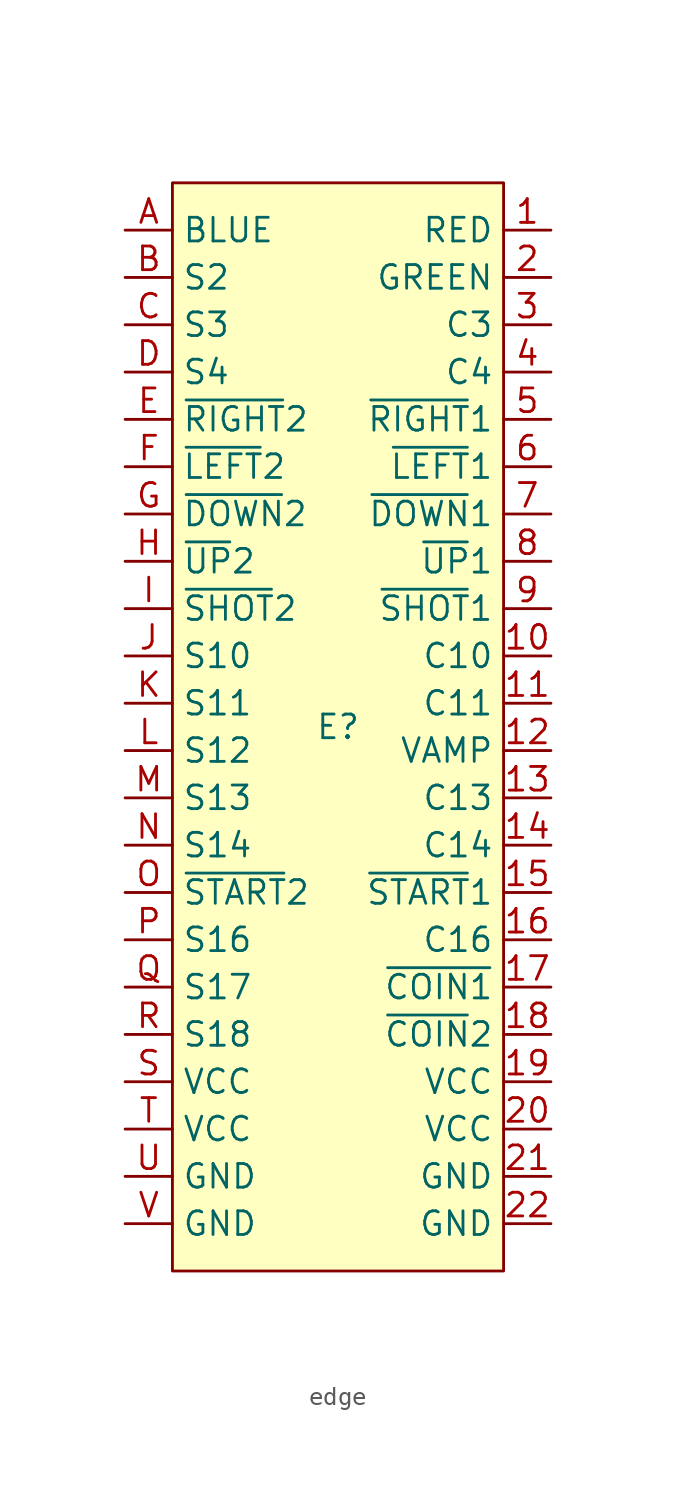
<source format=kicad_sym>
(kicad_symbol_lib
  (version 20231120)
  (generator "kicad_symbol_editor")
  (generator_version "8.0")
  (symbol "edge"
    (property "Reference" "E"
      (at 0 0 0)
      (effects (font (size 1.27 1.27))))
    (property "Value" ""
      (at 1.27 26.67 0)
      (effects (font (size 1.27 1.27))))
    (symbol "edge_1_1"
      (rectangle (start -8.89 29.21) (end 8.89 -29.21) (stroke (width 0) (type default)) (fill (type background)))
      (pin input line (at 11.43 26.67 180) (length 2.54) (name "RED" (effects (font (size 1.27 1.27)))) (number "1" (effects (font (size 1.27 1.27)))))
      (pin passive line (at 11.43 3.81 180) (length 2.54) (name "C10" (effects (font (size 1.27 1.27)))) (number "10" (effects (font (size 1.27 1.27)))))
      (pin passive line (at 11.43 1.27 180) (length 2.54) (name "C11" (effects (font (size 1.27 1.27)))) (number "11" (effects (font (size 1.27 1.27)))))
      (pin power_out line (at 11.43 -1.27 180) (length 2.54) (name "VAMP" (effects (font (size 1.27 1.27)))) (number "12" (effects (font (size 1.27 1.27)))))
      (pin passive line (at 11.43 -3.81 180) (length 2.54) (name "C13" (effects (font (size 1.27 1.27)))) (number "13" (effects (font (size 1.27 1.27)))))
      (pin passive line (at 11.43 -6.35 180) (length 2.54) (name "C14" (effects (font (size 1.27 1.27)))) (number "14" (effects (font (size 1.27 1.27)))))
      (pin output line (at 11.43 -8.89 180) (length 2.54) (name "~{START}1" (effects (font (size 1.27 1.27)))) (number "15" (effects (font (size 1.27 1.27)))))
      (pin passive line (at 11.43 -11.43 180) (length 2.54) (name "C16" (effects (font (size 1.27 1.27)))) (number "16" (effects (font (size 1.27 1.27)))))
      (pin output line (at 11.43 -13.97 180) (length 2.54) (name "~{COIN1}" (effects (font (size 1.27 1.27)))) (number "17" (effects (font (size 1.27 1.27)))))
      (pin output line (at 11.43 -16.51 180) (length 2.54) (name "~{COIN}2" (effects (font (size 1.27 1.27)))) (number "18" (effects (font (size 1.27 1.27)))))
      (pin passive line (at 11.43 -19.05 180) (length 2.54) (name "VCC" (effects (font (size 1.27 1.27)))) (number "19" (effects (font (size 1.27 1.27)))))
      (pin input line (at 11.43 24.13 180) (length 2.54) (name "GREEN" (effects (font (size 1.27 1.27)))) (number "2" (effects (font (size 1.27 1.27)))))
      (pin power_out line (at 11.43 -21.59 180) (length 2.54) (name "VCC" (effects (font (size 1.27 1.27)))) (number "20" (effects (font (size 1.27 1.27)))))
      (pin passive line (at 11.43 -24.13 180) (length 2.54) (name "GND" (effects (font (size 1.27 1.27)))) (number "21" (effects (font (size 1.27 1.27)))))
      (pin power_out line (at 11.43 -26.67 180) (length 2.54) (name "GND" (effects (font (size 1.27 1.27)))) (number "22" (effects (font (size 1.27 1.27)))))
      (pin passive line (at 11.43 21.59 180) (length 2.54) (name "C3" (effects (font (size 1.27 1.27)))) (number "3" (effects (font (size 1.27 1.27)))))
      (pin passive line (at 11.43 19.05 180) (length 2.54) (name "C4" (effects (font (size 1.27 1.27)))) (number "4" (effects (font (size 1.27 1.27)))))
      (pin output line (at 11.43 16.51 180) (length 2.54) (name "~{RIGHT}1" (effects (font (size 1.27 1.27)))) (number "5" (effects (font (size 1.27 1.27)))))
      (pin output line (at 11.43 13.97 180) (length 2.54) (name "~{LEFT}1" (effects (font (size 1.27 1.27)))) (number "6" (effects (font (size 1.27 1.27)))))
      (pin output line (at 11.43 11.43 180) (length 2.54) (name "~{DOWN}1" (effects (font (size 1.27 1.27)))) (number "7" (effects (font (size 1.27 1.27)))))
      (pin output line (at 11.43 8.89 180) (length 2.54) (name "~{UP}1" (effects (font (size 1.27 1.27)))) (number "8" (effects (font (size 1.27 1.27)))))
      (pin output line (at 11.43 6.35 180) (length 2.54) (name "~{SHOT}1" (effects (font (size 1.27 1.27)))) (number "9" (effects (font (size 1.27 1.27)))))
      (pin input line (at -11.43 26.67 0) (length 2.54) (name "BLUE" (effects (font (size 1.27 1.27)))) (number "A" (effects (font (size 1.27 1.27)))))
      (pin passive line (at -11.43 24.13 0) (length 2.54) (name "S2" (effects (font (size 1.27 1.27)))) (number "B" (effects (font (size 1.27 1.27)))))
      (pin passive line (at -11.43 21.59 0) (length 2.54) (name "S3" (effects (font (size 1.27 1.27)))) (number "C" (effects (font (size 1.27 1.27)))))
      (pin passive line (at -11.43 19.05 0) (length 2.54) (name "S4" (effects (font (size 1.27 1.27)))) (number "D" (effects (font (size 1.27 1.27)))))
      (pin output line (at -11.43 16.51 0) (length 2.54) (name "~{RIGHT}2" (effects (font (size 1.27 1.27)))) (number "E" (effects (font (size 1.27 1.27)))))
      (pin output line (at -11.43 13.97 0) (length 2.54) (name "~{LEFT}2" (effects (font (size 1.27 1.27)))) (number "F" (effects (font (size 1.27 1.27)))))
      (pin output line (at -11.43 11.43 0) (length 2.54) (name "~{DOWN}2" (effects (font (size 1.27 1.27)))) (number "G" (effects (font (size 1.27 1.27)))))
      (pin output line (at -11.43 8.89 0) (length 2.54) (name "~{UP}2" (effects (font (size 1.27 1.27)))) (number "H" (effects (font (size 1.27 1.27)))))
      (pin output line (at -11.43 6.35 0) (length 2.54) (name "~{SHOT}2" (effects (font (size 1.27 1.27)))) (number "I" (effects (font (size 1.27 1.27)))))
      (pin passive line (at -11.43 3.81 0) (length 2.54) (name "S10" (effects (font (size 1.27 1.27)))) (number "J" (effects (font (size 1.27 1.27)))))
      (pin passive line (at -11.43 1.27 0) (length 2.54) (name "S11" (effects (font (size 1.27 1.27)))) (number "K" (effects (font (size 1.27 1.27)))))
      (pin passive line (at -11.43 -1.27 0) (length 2.54) (name "S12" (effects (font (size 1.27 1.27)))) (number "L" (effects (font (size 1.27 1.27)))))
      (pin passive line (at -11.43 -3.81 0) (length 2.54) (name "S13" (effects (font (size 1.27 1.27)))) (number "M" (effects (font (size 1.27 1.27)))))
      (pin passive line (at -11.43 -6.35 0) (length 2.54) (name "S14" (effects (font (size 1.27 1.27)))) (number "N" (effects (font (size 1.27 1.27)))))
      (pin output line (at -11.43 -8.89 0) (length 2.54) (name "~{START}2" (effects (font (size 1.27 1.27)))) (number "O" (effects (font (size 1.27 1.27)))))
      (pin passive line (at -11.43 -11.43 0) (length 2.54) (name "S16" (effects (font (size 1.27 1.27)))) (number "P" (effects (font (size 1.27 1.27)))))
      (pin passive line (at -11.43 -13.97 0) (length 2.54) (name "S17" (effects (font (size 1.27 1.27)))) (number "Q" (effects (font (size 1.27 1.27)))))
      (pin passive line (at -11.43 -16.51 0) (length 2.54) (name "S18" (effects (font (size 1.27 1.27)))) (number "R" (effects (font (size 1.27 1.27)))))
      (pin passive line (at -11.43 -19.05 0) (length 2.54) (name "VCC" (effects (font (size 1.27 1.27)))) (number "S" (effects (font (size 1.27 1.27)))))
      (pin passive line (at -11.43 -21.59 0) (length 2.54) (name "VCC" (effects (font (size 1.27 1.27)))) (number "T" (effects (font (size 1.27 1.27)))))
      (pin passive line (at -11.43 -24.13 0) (length 2.54) (name "GND" (effects (font (size 1.27 1.27)))) (number "U" (effects (font (size 1.27 1.27)))))
      (pin passive line (at -11.43 -26.67 0) (length 2.54) (name "GND" (effects (font (size 1.27 1.27)))) (number "V" (effects (font (size 1.27 1.27))))))))
</source>
